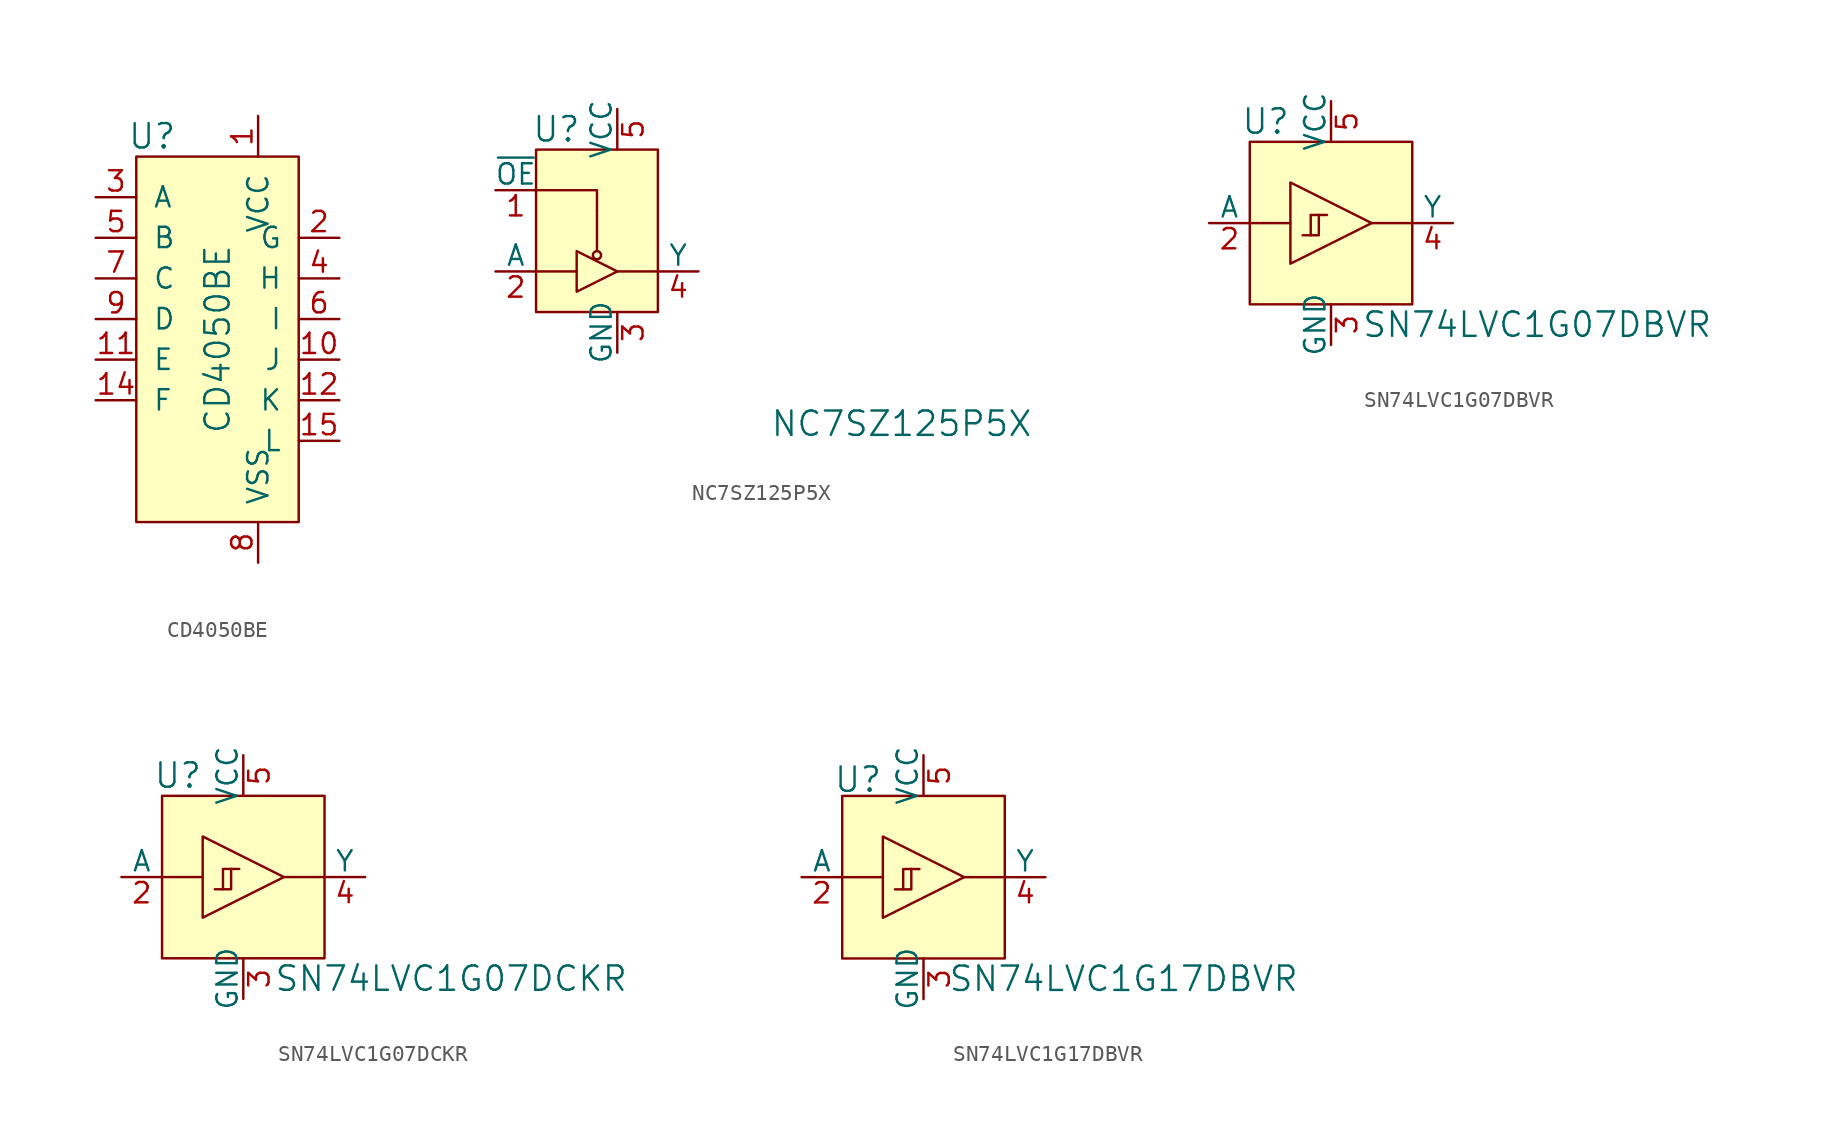
<source format=kicad_sym>
(kicad_symbol_lib
  (version 20201005)
  (generator kicad_symbol_editor)
  (symbol "CD4050BE"
    (pin_names
      (offset 1.016))
    (property "Reference" "U"
      (at -5.08 6.35 0)
      (effects (font (size 1.524 1.524)) (justify right)))
    (property "Value" "CD4050BE"
      (at -2.54 -6.35 90)
      (effects (font (size 1.524 1.524))))
    (symbol "CD4050BE_0_1"
      (rectangle (start -7.62 5.08) (end 2.54 -17.78) (stroke (width 0)) (fill (type background))))
    (symbol "CD4050BE_1_1"
      (pin power_in line (at 0 7.62 270) (length 2.54) (name "VCC" (effects (font (size 1.27 1.27)))) (number "1" (effects (font (size 1.27 1.27)))))
      (pin output line (at 5.08 0 180) (length 2.54) (name "G" (effects (font (size 1.27 1.27)))) (number "2" (effects (font (size 1.27 1.27)))))
      (pin input line (at -10.16 2.54 0) (length 2.54) (name "A" (effects (font (size 1.27 1.27)))) (number "3" (effects (font (size 1.27 1.27)))))
      (pin output line (at 5.08 -2.54 180) (length 2.54) (name "H" (effects (font (size 1.27 1.27)))) (number "4" (effects (font (size 1.27 1.27)))))
      (pin input line (at -10.16 0 0) (length 2.54) (name "B" (effects (font (size 1.27 1.27)))) (number "5" (effects (font (size 1.27 1.27)))))
      (pin output line (at 5.08 -5.08 180) (length 2.54) (name "I" (effects (font (size 1.27 1.27)))) (number "6" (effects (font (size 1.27 1.27)))))
      (pin input line (at -10.16 -2.54 0) (length 2.54) (name "C" (effects (font (size 1.27 1.27)))) (number "7" (effects (font (size 1.27 1.27)))))
      (pin power_in line (at 0 -20.32 90) (length 2.54) (name "VSS" (effects (font (size 1.27 1.27)))) (number "8" (effects (font (size 1.27 1.27)))))
      (pin input line (at -10.16 -5.08 0) (length 2.54) (name "D" (effects (font (size 1.27 1.27)))) (number "9" (effects (font (size 1.27 1.27)))))
      (pin output line (at 5.08 -7.62 180) (length 2.54) (name "J" (effects (font (size 1.27 1.27)))) (number "10" (effects (font (size 1.27 1.27)))))
      (pin input line (at -10.16 -7.62 0) (length 2.54) (name "E" (effects (font (size 1.27 1.27)))) (number "11" (effects (font (size 1.27 1.27)))))
      (pin output line (at 5.08 -10.16 180) (length 2.54) (name "K" (effects (font (size 1.27 1.27)))) (number "12" (effects (font (size 1.27 1.27)))))
      (pin no_connect line (at -10.16 -12.7 0) (length 2.54) hide (name "NC" (effects (font (size 1.27 1.27)))) (number "13" (effects (font (size 1.27 1.27)))))
      (pin input line (at -10.16 -10.16 0) (length 2.54) (name "F" (effects (font (size 1.27 1.27)))) (number "14" (effects (font (size 1.27 1.27)))))
      (pin output line (at 5.08 -12.7 180) (length 2.54) (name "L" (effects (font (size 1.27 1.27)))) (number "15" (effects (font (size 1.27 1.27)))))
      (pin no_connect line (at -10.16 -15.24 0) (length 2.54) hide (name "NC" (effects (font (size 1.27 1.27)))) (number "16" (effects (font (size 1.27 1.27)))))))
  (symbol "NC7SZ125P5X"
    (pin_names
      (offset 0))
    (property "Reference" "U"
      (at -3.81 6.35 0)
      (effects (font (size 1.524 1.524))))
    (property "Value" "NC7SZ125P5X"
      (at 17.78 -12.065 0)
      (effects (font (size 1.524 1.524))))
    (symbol "NC7SZ125P5X_0_1"
      (circle (center -1.27 -1.524) (radius 0.254) (stroke (width 0)) (fill (type none)))
      (rectangle (start -5.08 5.08) (end 2.54 -5.08) (stroke (width 0)) (fill (type background)))
      (polyline (pts (xy -1.27 1.27) (xy -1.27 -1.27)) (stroke (width 0)) (fill (type none)))
      (polyline (pts (xy 0 -2.54) (xy 2.54 -2.54)) (stroke (width 0)) (fill (type none)))
      (polyline (pts (xy -5.08 2.54) (xy -1.27 2.54) (xy -1.27 1.27)) (stroke (width 0)) (fill (type none)))
      (polyline (pts (xy -2.54 -2.54) (xy -3.81 -2.54) (xy -5.08 -2.54)) (stroke (width 0)) (fill (type none)))
      (polyline (pts (xy -2.54 -1.27) (xy -2.54 -3.81) (xy 0 -2.54) (xy -2.54 -1.27)) (stroke (width 0)) (fill (type none))))
    (symbol "NC7SZ125P5X_1_1"
      (pin input line (at -7.62 2.54 0) (length 2.54) (name "~OE" (effects (font (size 1.27 1.27)))) (number "1" (effects (font (size 1.27 1.27)))))
      (pin input line (at -7.62 -2.54 0) (length 2.54) (name "A" (effects (font (size 1.27 1.27)))) (number "2" (effects (font (size 1.27 1.27)))))
      (pin power_in line (at 0 -7.62 90) (length 2.54) (name "GND" (effects (font (size 1.27 1.27)))) (number "3" (effects (font (size 1.27 1.27)))))
      (pin output line (at 5.08 -2.54 180) (length 2.54) (name "Y" (effects (font (size 1.27 1.27)))) (number "4" (effects (font (size 1.27 1.27)))))
      (pin power_in line (at 0 7.62 270) (length 2.54) (name "VCC" (effects (font (size 1.27 1.27)))) (number "5" (effects (font (size 1.27 1.27)))))))
  (symbol "SN74LVC1G07DBVR"
    (pin_names
      (offset 0))
    (property "Reference" "U"
      (at -2.54 6.35 0)
      (effects (font (size 1.524 1.524)) (justify right)))
    (property "Value" "SN74LVC1G07DBVR"
      (at 1.905 -6.35 0)
      (effects (font (size 1.524 1.524)) (justify left)))
    (symbol "SN74LVC1G07DBVR_0_1"
      (rectangle (start -5.08 5.08) (end 5.08 -5.08) (stroke (width 0)) (fill (type background)))
      (polyline (pts (xy -2.54 0) (xy -5.08 0)) (stroke (width 0)) (fill (type none)))
      (polyline (pts (xy 2.54 0) (xy 5.08 0)) (stroke (width 0)) (fill (type background)))
      (polyline (pts (xy -2.54 2.54) (xy -2.54 -2.54) (xy 2.54 0) (xy -2.54 2.54)) (stroke (width 0)) (fill (type background)))
      (polyline (pts (xy -1.778 -0.762) (xy -1.27 -0.762) (xy -1.27 0.508) (xy -0.762 0.508)) (stroke (width 0)) (fill (type none)))
      (polyline (pts (xy -0.254 0.508) (xy -0.762 0.508) (xy -0.762 -0.762) (xy -1.27 -0.762)) (stroke (width 0)) (fill (type none))))
    (symbol "SN74LVC1G07DBVR_1_1"
      (pin no_connect line (at -7.62 -5.08 0) (length 2.54) hide (name "NC" (effects (font (size 1.27 1.27)))) (number "1" (effects (font (size 1.27 1.27)))))
      (pin input line (at -7.62 0 0) (length 2.54) (name "A" (effects (font (size 1.27 1.27)))) (number "2" (effects (font (size 1.27 1.27)))))
      (pin power_in line (at 0 -7.62 90) (length 2.54) (name "GND" (effects (font (size 1.27 1.27)))) (number "3" (effects (font (size 1.27 1.27)))))
      (pin output line (at 7.62 0 180) (length 2.54) (name "Y" (effects (font (size 1.27 1.27)))) (number "4" (effects (font (size 1.27 1.27)))))
      (pin power_in line (at 0 7.62 270) (length 2.54) (name "VCC" (effects (font (size 1.27 1.27)))) (number "5" (effects (font (size 1.27 1.27)))))))
  (symbol "SN74LVC1G07DCKR"
    (pin_names
      (offset 0))
    (property "Reference" "U"
      (at -2.54 6.35 0)
      (effects (font (size 1.524 1.524)) (justify right)))
    (property "Value" "SN74LVC1G07DCKR"
      (at 1.905 -6.35 0)
      (effects (font (size 1.524 1.524)) (justify left)))
    (symbol "SN74LVC1G07DCKR_0_1"
      (rectangle (start -5.08 5.08) (end 5.08 -5.08) (stroke (width 0)) (fill (type background)))
      (polyline (pts (xy -2.54 0) (xy -5.08 0)) (stroke (width 0)) (fill (type none)))
      (polyline (pts (xy 2.54 0) (xy 5.08 0)) (stroke (width 0)) (fill (type background)))
      (polyline (pts (xy -2.54 2.54) (xy -2.54 -2.54) (xy 2.54 0) (xy -2.54 2.54)) (stroke (width 0)) (fill (type background)))
      (polyline (pts (xy -1.778 -0.762) (xy -1.27 -0.762) (xy -1.27 0.508) (xy -0.762 0.508)) (stroke (width 0)) (fill (type none)))
      (polyline (pts (xy -0.254 0.508) (xy -0.762 0.508) (xy -0.762 -0.762) (xy -1.27 -0.762)) (stroke (width 0)) (fill (type none))))
    (symbol "SN74LVC1G07DCKR_1_1"
      (pin no_connect line (at -7.62 -5.08 0) (length 2.54) hide (name "NC" (effects (font (size 1.27 1.27)))) (number "1" (effects (font (size 1.27 1.27)))))
      (pin input line (at -7.62 0 0) (length 2.54) (name "A" (effects (font (size 1.27 1.27)))) (number "2" (effects (font (size 1.27 1.27)))))
      (pin power_in line (at 0 -7.62 90) (length 2.54) (name "GND" (effects (font (size 1.27 1.27)))) (number "3" (effects (font (size 1.27 1.27)))))
      (pin output line (at 7.62 0 180) (length 2.54) (name "Y" (effects (font (size 1.27 1.27)))) (number "4" (effects (font (size 1.27 1.27)))))
      (pin power_in line (at 0 7.62 270) (length 2.54) (name "VCC" (effects (font (size 1.27 1.27)))) (number "5" (effects (font (size 1.27 1.27)))))))
  (symbol "SN74LVC1G17DBVR"
    (pin_names
      (offset 0))
    (property "Reference" "U"
      (at -2.54 6.096 0)
      (effects (font (size 1.524 1.524)) (justify right)))
    (property "Value" "SN74LVC1G17DBVR"
      (at 1.524 -6.35 0)
      (effects (font (size 1.524 1.524)) (justify left)))
    (symbol "SN74LVC1G17DBVR_0_1"
      (rectangle (start -5.08 5.08) (end 5.08 -5.08) (stroke (width 0)) (fill (type background)))
      (polyline (pts (xy -2.54 0) (xy -5.08 0)) (stroke (width 0)) (fill (type none)))
      (polyline (pts (xy 2.54 0) (xy 5.08 0)) (stroke (width 0)) (fill (type background)))
      (polyline (pts (xy -2.54 2.54) (xy -2.54 -2.54) (xy 2.54 0) (xy -2.54 2.54)) (stroke (width 0)) (fill (type background)))
      (polyline (pts (xy -1.778 -0.762) (xy -1.27 -0.762) (xy -1.27 0.508) (xy -0.762 0.508)) (stroke (width 0)) (fill (type none)))
      (polyline (pts (xy -0.254 0.508) (xy -0.762 0.508) (xy -0.762 -0.762) (xy -1.27 -0.762)) (stroke (width 0)) (fill (type none))))
    (symbol "SN74LVC1G17DBVR_1_1"
      (pin no_connect line (at -7.62 -5.08 0) (length 2.54) hide (name "NC" (effects (font (size 1.27 1.27)))) (number "1" (effects (font (size 1.27 1.27)))))
      (pin input line (at -7.62 0 0) (length 2.54) (name "A" (effects (font (size 1.27 1.27)))) (number "2" (effects (font (size 1.27 1.27)))))
      (pin power_in line (at 0 -7.62 90) (length 2.54) (name "GND" (effects (font (size 1.27 1.27)))) (number "3" (effects (font (size 1.27 1.27)))))
      (pin output line (at 7.62 0 180) (length 2.54) (name "Y" (effects (font (size 1.27 1.27)))) (number "4" (effects (font (size 1.27 1.27)))))
      (pin power_in line (at 0 7.62 270) (length 2.54) (name "VCC" (effects (font (size 1.27 1.27)))) (number "5" (effects (font (size 1.27 1.27))))))))
</source>
